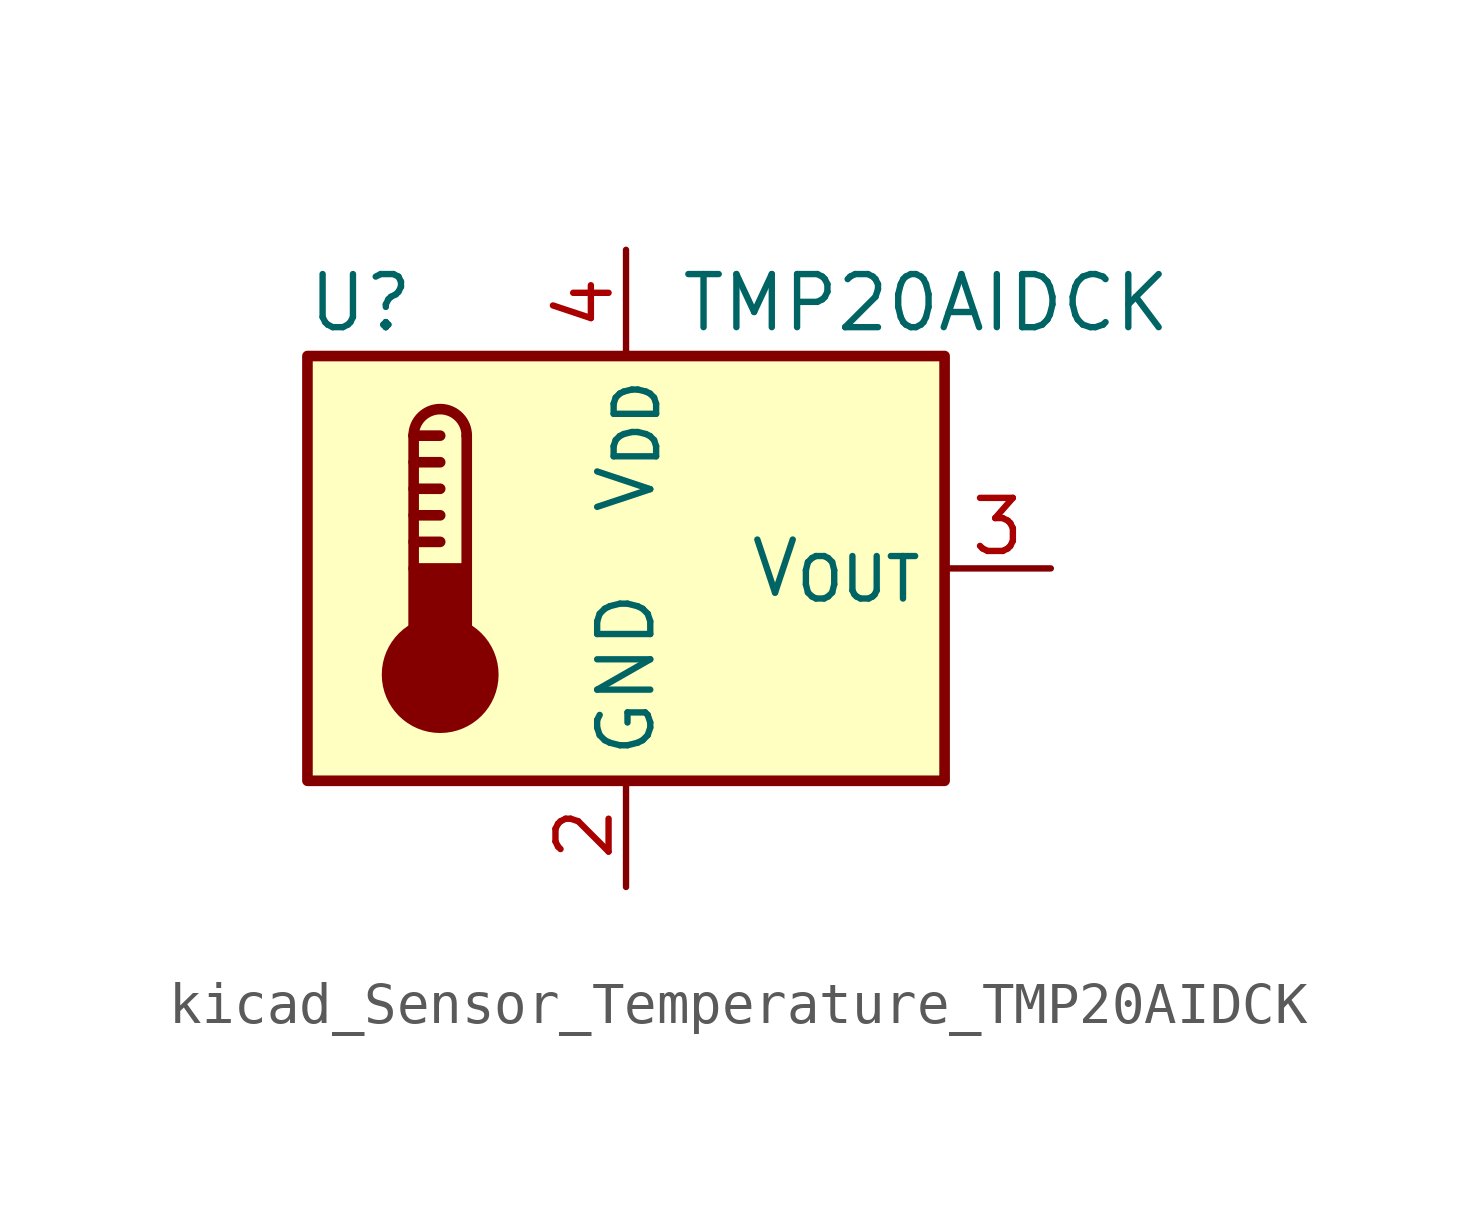
<source format=kicad_sym>
(kicad_symbol_lib
  (version 20220914)
  (generator kicad_symbol_editor)
  (symbol "kicad_Sensor_Temperature_TMP20AIDCK"
    (property "Reference" "U"
      (at -6.35 6.35 0)
      (effects (font (size 1.27 1.27))))
    (property "Value" "TMP20AIDCK"
      (at 1.27 6.35 0)
      (effects (font (size 1.27 1.27)) (justify left)))
    (symbol "kicad_Sensor_Temperature_TMP20AIDCK_0_1"
      (rectangle (start -7.62 5.08) (end 7.62 -5.08) (stroke (width 0.254) (type default)) (fill (type background)))
      (circle (center -4.445 -2.54) (radius 1.27) (stroke (width 0.254) (type default)) (fill (type outline)))
      (rectangle (start -3.81 -1.905) (end -5.08 0) (stroke (width 0.254) (type default)) (fill (type outline)))
      (arc (start -3.81 3.175) (mid -4.445 3.8073) (end -5.08 3.175) (stroke (width 0.254) (type default)) (fill (type none)))
      (polyline (pts (xy -5.08 0.635) (xy -4.445 0.635)) (stroke (width 0.254) (type default)) (fill (type none)))
      (polyline (pts (xy -5.08 1.27) (xy -4.445 1.27)) (stroke (width 0.254) (type default)) (fill (type none)))
      (polyline (pts (xy -5.08 1.905) (xy -4.445 1.905)) (stroke (width 0.254) (type default)) (fill (type none)))
      (polyline (pts (xy -5.08 2.54) (xy -4.445 2.54)) (stroke (width 0.254) (type default)) (fill (type none)))
      (polyline (pts (xy -5.08 3.175) (xy -5.08 0)) (stroke (width 0.254) (type default)) (fill (type none)))
      (polyline (pts (xy -5.08 3.175) (xy -4.445 3.175)) (stroke (width 0.254) (type default)) (fill (type none)))
      (polyline (pts (xy -3.81 3.175) (xy -3.81 0)) (stroke (width 0.254) (type default)) (fill (type none))))
    (symbol "kicad_Sensor_Temperature_TMP20AIDCK_1_1"
      (pin no_connect line (at 10.16 -2.54 180) (length 2.54) hide (name "NC" (effects (font (size 1.27 1.27)))) (number "1" (effects (font (size 1.27 1.27)))))
      (pin power_in line (at 0 -7.62 90) (length 2.54) (name "GND" (effects (font (size 1.27 1.27)))) (number "2" (effects (font (size 1.27 1.27)))))
      (pin output line (at 10.16 0 180) (length 2.54) (name "V_{OUT}" (effects (font (size 1.27 1.27)))) (number "3" (effects (font (size 1.27 1.27)))))
      (pin power_in line (at 0 7.62 270) (length 2.54) (name "V_{DD}" (effects (font (size 1.27 1.27)))) (number "4" (effects (font (size 1.27 1.27)))))
      (pin passive line (at 0 -7.62 90) (length 2.54) hide (name "GND" (effects (font (size 1.27 1.27)))) (number "5" (effects (font (size 1.27 1.27))))))))
</source>
